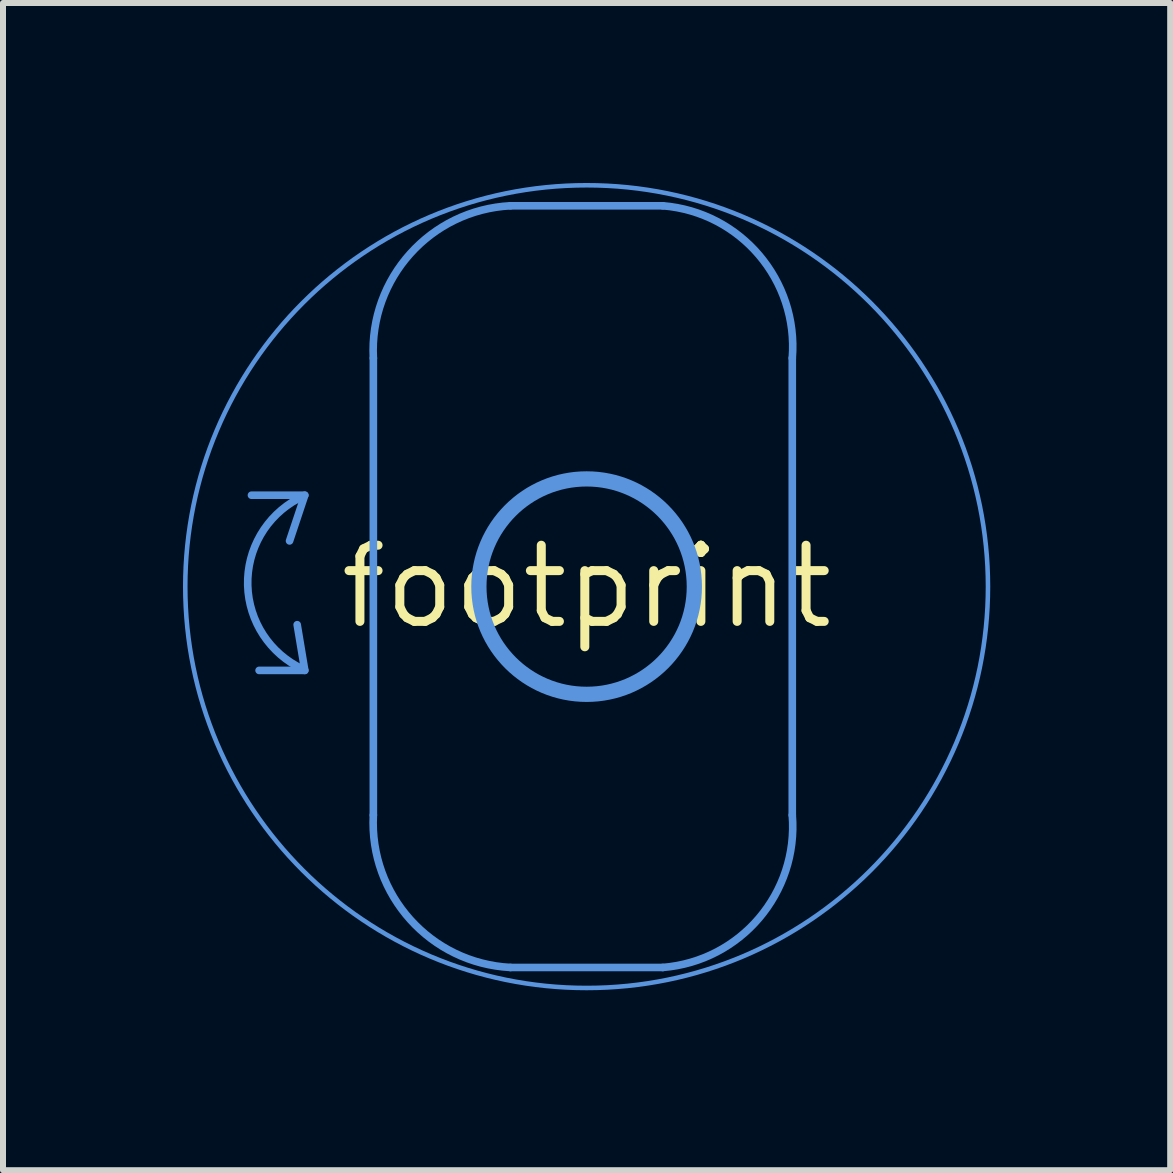
<source format=kicad_pcb>
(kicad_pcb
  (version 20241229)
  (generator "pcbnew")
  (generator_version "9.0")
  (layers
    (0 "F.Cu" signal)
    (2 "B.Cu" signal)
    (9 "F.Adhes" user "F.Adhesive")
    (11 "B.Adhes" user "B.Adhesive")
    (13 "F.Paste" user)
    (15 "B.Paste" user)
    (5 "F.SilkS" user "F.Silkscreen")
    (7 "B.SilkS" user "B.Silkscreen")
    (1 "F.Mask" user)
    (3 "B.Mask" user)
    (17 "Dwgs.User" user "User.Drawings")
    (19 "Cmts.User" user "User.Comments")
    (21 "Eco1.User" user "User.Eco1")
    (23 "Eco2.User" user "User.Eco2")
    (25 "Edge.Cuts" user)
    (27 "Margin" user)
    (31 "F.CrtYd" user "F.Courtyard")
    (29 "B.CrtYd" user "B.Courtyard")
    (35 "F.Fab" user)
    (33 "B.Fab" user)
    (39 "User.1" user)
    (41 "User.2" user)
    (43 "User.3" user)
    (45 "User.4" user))
  (footprint "footprint"
    (layer "F.Cu")
    (at 6.731 6.731)
    (property "Reference" "footprint" (at 0 0 0) (layer "F.SilkS") (effects (font (size 1.27 1.27) (thickness 0.15))))
    (fp_line (start -4.826 0.635) (end -4.699 1.397) (stroke (width 0.127) (type solid)) (layer "Cmts.User"))
    (fp_line (start -4.699 -1.524) (end -5.588 -1.524) (stroke (width 0.127) (type solid)) (layer "Cmts.User"))
    (fp_line (start -4.699 -1.524) (end -4.953 -0.762) (stroke (width 0.127) (type solid)) (layer "Cmts.User"))
    (fp_line (start -4.699 1.397) (end -5.461 1.397) (stroke (width 0.127) (type solid)) (layer "Cmts.User"))
    (fp_line (start -3.556 3.81) (end -3.556 -3.81) (stroke (width 0.127) (type solid)) (layer "Cmts.User"))
    (fp_line (start -1.27 -6.35) (end 1.27 -6.35) (stroke (width 0.127) (type solid)) (layer "Cmts.User"))
    (fp_line (start 1.27 6.35) (end -1.27 6.35) (stroke (width 0.127) (type solid)) (layer "Cmts.User"))
    (fp_line (start 3.429 -3.81) (end 3.429 3.81) (stroke (width 0.127) (type solid)) (layer "Cmts.User"))
    (fp_arc (start -4.7352 1.3739) (mid -5.650628 -0.021464) (end -4.8127 -1.464699) (stroke (width 0.127) (type solid)) (layer "Cmts.User"))
    (fp_arc (start -3.556 -3.81) (mid -2.939022 -5.55342) (end -1.27 -6.35) (stroke (width 0.127) (type solid)) (layer "Cmts.User"))
    (fp_arc (start -1.27 6.35) (mid -2.939022 5.55342) (end -3.556 3.81) (stroke (width 0.127) (type solid)) (layer "Cmts.User"))
    (fp_arc (start 1.27 -6.35) (mid 2.875551 -5.527143) (end 3.428999 -3.809999) (stroke (width 0.127) (type solid)) (layer "Cmts.User"))
    (fp_arc (start 3.429 3.81) (mid 2.875551 5.527144) (end 1.269999 6.350001) (stroke (width 0.127) (type solid)) (layer "Cmts.User"))
    (fp_circle (center 0 0) (end 1.796 0) (stroke (width 0.254) (type solid)) (fill no) (layer "Cmts.User"))
    (fp_circle (center 0 0) (end 6.692 0) (stroke (width 0.076) (type solid)) (fill no) (layer "Cmts.User")))
  (gr_rect
    (start -3 -3)
    (end 16.461 16.461)
    (stroke (width 0.1) (type default))
    (fill no)
    (layer "Edge.Cuts")))
</source>
